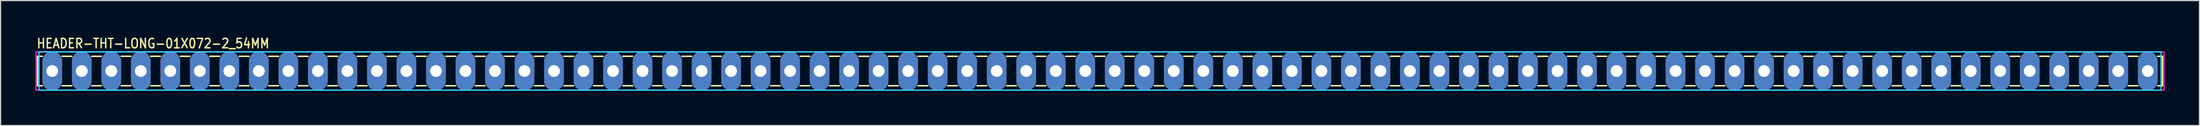
<source format=kicad_pcb>
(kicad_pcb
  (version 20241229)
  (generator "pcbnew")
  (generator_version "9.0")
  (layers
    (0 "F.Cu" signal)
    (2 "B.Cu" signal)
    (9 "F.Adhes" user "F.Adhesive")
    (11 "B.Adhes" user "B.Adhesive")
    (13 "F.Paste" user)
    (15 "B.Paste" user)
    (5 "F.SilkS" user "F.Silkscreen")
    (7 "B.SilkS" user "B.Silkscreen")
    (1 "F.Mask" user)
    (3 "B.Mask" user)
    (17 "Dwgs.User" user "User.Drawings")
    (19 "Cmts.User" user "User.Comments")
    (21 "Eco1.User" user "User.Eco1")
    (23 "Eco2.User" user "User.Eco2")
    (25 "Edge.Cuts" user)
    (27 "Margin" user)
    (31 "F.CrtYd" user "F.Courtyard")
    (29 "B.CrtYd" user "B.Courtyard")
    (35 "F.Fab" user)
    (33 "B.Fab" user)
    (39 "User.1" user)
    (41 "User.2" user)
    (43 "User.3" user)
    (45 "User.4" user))
  (footprint "HEADER-THT-LONG-01X072-2_54MM"
    (layer "F.Cu")
    (at 1.447 3.079)
    (property "Reference" "HEADER-THT-LONG-01X072-2_54MM" (at -1.4 -1.9 0) (unlocked yes) (layer "F.SilkS") (effects (font (size 0.813 0.695) (thickness 0.122)) (justify left bottom)))
    (fp_line (start -1.27 -1.27) (end -1.27 1.27) (stroke (width 0.127) (type solid)) (layer "F.SilkS"))
    (fp_line (start -1.27 1.27) (end -0.85 1.27) (stroke (width 0.127) (type solid)) (layer "F.SilkS"))
    (fp_line (start -0.85 -1.27) (end -1.27 -1.27) (stroke (width 0.127) (type solid)) (layer "F.SilkS"))
    (fp_line (start 0.85 -1.27) (end 1.69 -1.27) (stroke (width 0.127) (type solid)) (layer "F.SilkS"))
    (fp_line (start 0.85 1.27) (end 1.69 1.27) (stroke (width 0.127) (type solid)) (layer "F.SilkS"))
    (fp_line (start 3.39 -1.27) (end 4.23 -1.27) (stroke (width 0.127) (type solid)) (layer "F.SilkS"))
    (fp_line (start 3.39 1.27) (end 4.23 1.27) (stroke (width 0.127) (type solid)) (layer "F.SilkS"))
    (fp_line (start 5.93 -1.27) (end 6.77 -1.27) (stroke (width 0.127) (type solid)) (layer "F.SilkS"))
    (fp_line (start 5.93 1.27) (end 6.77 1.27) (stroke (width 0.127) (type solid)) (layer "F.SilkS"))
    (fp_line (start 8.47 -1.27) (end 9.31 -1.27) (stroke (width 0.127) (type solid)) (layer "F.SilkS"))
    (fp_line (start 8.47 1.27) (end 9.31 1.27) (stroke (width 0.127) (type solid)) (layer "F.SilkS"))
    (fp_line (start 11.01 -1.27) (end 11.85 -1.27) (stroke (width 0.127) (type solid)) (layer "F.SilkS"))
    (fp_line (start 11.01 1.27) (end 11.85 1.27) (stroke (width 0.127) (type solid)) (layer "F.SilkS"))
    (fp_line (start 13.55 -1.27) (end 14.39 -1.27) (stroke (width 0.127) (type solid)) (layer "F.SilkS"))
    (fp_line (start 13.55 1.27) (end 14.39 1.27) (stroke (width 0.127) (type solid)) (layer "F.SilkS"))
    (fp_line (start 16.09 -1.27) (end 16.93 -1.27) (stroke (width 0.127) (type solid)) (layer "F.SilkS"))
    (fp_line (start 16.09 1.27) (end 16.93 1.27) (stroke (width 0.127) (type solid)) (layer "F.SilkS"))
    (fp_line (start 18.63 -1.27) (end 19.47 -1.27) (stroke (width 0.127) (type solid)) (layer "F.SilkS"))
    (fp_line (start 18.63 1.27) (end 19.47 1.27) (stroke (width 0.127) (type solid)) (layer "F.SilkS"))
    (fp_line (start 21.17 -1.27) (end 22.01 -1.27) (stroke (width 0.127) (type solid)) (layer "F.SilkS"))
    (fp_line (start 21.17 1.27) (end 22.01 1.27) (stroke (width 0.127) (type solid)) (layer "F.SilkS"))
    (fp_line (start 23.71 -1.27) (end 24.55 -1.27) (stroke (width 0.127) (type solid)) (layer "F.SilkS"))
    (fp_line (start 23.71 1.27) (end 24.55 1.27) (stroke (width 0.127) (type solid)) (layer "F.SilkS"))
    (fp_line (start 26.25 -1.27) (end 27.09 -1.27) (stroke (width 0.127) (type solid)) (layer "F.SilkS"))
    (fp_line (start 26.25 1.27) (end 27.09 1.27) (stroke (width 0.127) (type solid)) (layer "F.SilkS"))
    (fp_line (start 28.79 -1.27) (end 29.63 -1.27) (stroke (width 0.127) (type solid)) (layer "F.SilkS"))
    (fp_line (start 28.79 1.27) (end 29.63 1.27) (stroke (width 0.127) (type solid)) (layer "F.SilkS"))
    (fp_line (start 31.33 -1.27) (end 32.17 -1.27) (stroke (width 0.127) (type solid)) (layer "F.SilkS"))
    (fp_line (start 31.33 1.27) (end 32.17 1.27) (stroke (width 0.127) (type solid)) (layer "F.SilkS"))
    (fp_line (start 33.87 -1.27) (end 34.71 -1.27) (stroke (width 0.127) (type solid)) (layer "F.SilkS"))
    (fp_line (start 33.87 1.27) (end 34.71 1.27) (stroke (width 0.127) (type solid)) (layer "F.SilkS"))
    (fp_line (start 36.41 -1.27) (end 37.25 -1.27) (stroke (width 0.127) (type solid)) (layer "F.SilkS"))
    (fp_line (start 36.41 1.27) (end 37.25 1.27) (stroke (width 0.127) (type solid)) (layer "F.SilkS"))
    (fp_line (start 38.95 -1.27) (end 39.79 -1.27) (stroke (width 0.127) (type solid)) (layer "F.SilkS"))
    (fp_line (start 38.95 1.27) (end 39.79 1.27) (stroke (width 0.127) (type solid)) (layer "F.SilkS"))
    (fp_line (start 41.49 -1.27) (end 42.33 -1.27) (stroke (width 0.127) (type solid)) (layer "F.SilkS"))
    (fp_line (start 41.49 1.27) (end 42.33 1.27) (stroke (width 0.127) (type solid)) (layer "F.SilkS"))
    (fp_line (start 44.03 -1.27) (end 44.87 -1.27) (stroke (width 0.127) (type solid)) (layer "F.SilkS"))
    (fp_line (start 44.03 1.27) (end 44.87 1.27) (stroke (width 0.127) (type solid)) (layer "F.SilkS"))
    (fp_line (start 46.57 -1.27) (end 47.41 -1.27) (stroke (width 0.127) (type solid)) (layer "F.SilkS"))
    (fp_line (start 46.57 1.27) (end 47.41 1.27) (stroke (width 0.127) (type solid)) (layer "F.SilkS"))
    (fp_line (start 49.11 -1.27) (end 49.95 -1.27) (stroke (width 0.127) (type solid)) (layer "F.SilkS"))
    (fp_line (start 49.11 1.27) (end 49.95 1.27) (stroke (width 0.127) (type solid)) (layer "F.SilkS"))
    (fp_line (start 51.65 -1.27) (end 52.49 -1.27) (stroke (width 0.127) (type solid)) (layer "F.SilkS"))
    (fp_line (start 51.65 1.27) (end 52.49 1.27) (stroke (width 0.127) (type solid)) (layer "F.SilkS"))
    (fp_line (start 54.19 -1.27) (end 55.03 -1.27) (stroke (width 0.127) (type solid)) (layer "F.SilkS"))
    (fp_line (start 54.19 1.27) (end 55.03 1.27) (stroke (width 0.127) (type solid)) (layer "F.SilkS"))
    (fp_line (start 56.73 -1.27) (end 57.57 -1.27) (stroke (width 0.127) (type solid)) (layer "F.SilkS"))
    (fp_line (start 56.73 1.27) (end 57.57 1.27) (stroke (width 0.127) (type solid)) (layer "F.SilkS"))
    (fp_line (start 59.27 -1.27) (end 60.11 -1.27) (stroke (width 0.127) (type solid)) (layer "F.SilkS"))
    (fp_line (start 59.27 1.27) (end 60.11 1.27) (stroke (width 0.127) (type solid)) (layer "F.SilkS"))
    (fp_line (start 61.81 -1.27) (end 62.65 -1.27) (stroke (width 0.127) (type solid)) (layer "F.SilkS"))
    (fp_line (start 61.81 1.27) (end 62.65 1.27) (stroke (width 0.127) (type solid)) (layer "F.SilkS"))
    (fp_line (start 64.35 -1.27) (end 65.19 -1.27) (stroke (width 0.127) (type solid)) (layer "F.SilkS"))
    (fp_line (start 64.35 1.27) (end 65.19 1.27) (stroke (width 0.127) (type solid)) (layer "F.SilkS"))
    (fp_line (start 66.89 -1.27) (end 67.73 -1.27) (stroke (width 0.127) (type solid)) (layer "F.SilkS"))
    (fp_line (start 66.89 1.27) (end 67.73 1.27) (stroke (width 0.127) (type solid)) (layer "F.SilkS"))
    (fp_line (start 69.43 -1.27) (end 70.27 -1.27) (stroke (width 0.127) (type solid)) (layer "F.SilkS"))
    (fp_line (start 69.43 1.27) (end 70.27 1.27) (stroke (width 0.127) (type solid)) (layer "F.SilkS"))
    (fp_line (start 71.97 -1.27) (end 72.81 -1.27) (stroke (width 0.127) (type solid)) (layer "F.SilkS"))
    (fp_line (start 71.97 1.27) (end 72.81 1.27) (stroke (width 0.127) (type solid)) (layer "F.SilkS"))
    (fp_line (start 74.51 -1.27) (end 75.35 -1.27) (stroke (width 0.127) (type solid)) (layer "F.SilkS"))
    (fp_line (start 74.51 1.27) (end 75.35 1.27) (stroke (width 0.127) (type solid)) (layer "F.SilkS"))
    (fp_line (start 77.05 -1.27) (end 77.89 -1.27) (stroke (width 0.127) (type solid)) (layer "F.SilkS"))
    (fp_line (start 77.05 1.27) (end 77.89 1.27) (stroke (width 0.127) (type solid)) (layer "F.SilkS"))
    (fp_line (start 79.59 -1.27) (end 80.43 -1.27) (stroke (width 0.127) (type solid)) (layer "F.SilkS"))
    (fp_line (start 79.59 1.27) (end 80.43 1.27) (stroke (width 0.127) (type solid)) (layer "F.SilkS"))
    (fp_line (start 82.13 -1.27) (end 82.97 -1.27) (stroke (width 0.127) (type solid)) (layer "F.SilkS"))
    (fp_line (start 82.13 1.27) (end 82.97 1.27) (stroke (width 0.127) (type solid)) (layer "F.SilkS"))
    (fp_line (start 84.67 -1.27) (end 85.51 -1.27) (stroke (width 0.127) (type solid)) (layer "F.SilkS"))
    (fp_line (start 84.67 1.27) (end 85.51 1.27) (stroke (width 0.127) (type solid)) (layer "F.SilkS"))
    (fp_line (start 87.21 -1.27) (end 88.05 -1.27) (stroke (width 0.127) (type solid)) (layer "F.SilkS"))
    (fp_line (start 87.21 1.27) (end 88.05 1.27) (stroke (width 0.127) (type solid)) (layer "F.SilkS"))
    (fp_line (start 89.75 -1.27) (end 90.59 -1.27) (stroke (width 0.127) (type solid)) (layer "F.SilkS"))
    (fp_line (start 89.75 1.27) (end 90.59 1.27) (stroke (width 0.127) (type solid)) (layer "F.SilkS"))
    (fp_line (start 92.29 -1.27) (end 93.13 -1.27) (stroke (width 0.127) (type solid)) (layer "F.SilkS"))
    (fp_line (start 92.29 1.27) (end 93.13 1.27) (stroke (width 0.127) (type solid)) (layer "F.SilkS"))
    (fp_line (start 94.83 -1.27) (end 95.67 -1.27) (stroke (width 0.127) (type solid)) (layer "F.SilkS"))
    (fp_line (start 94.83 1.27) (end 95.67 1.27) (stroke (width 0.127) (type solid)) (layer "F.SilkS"))
    (fp_line (start 97.37 -1.27) (end 98.21 -1.27) (stroke (width 0.127) (type solid)) (layer "F.SilkS"))
    (fp_line (start 97.37 1.27) (end 98.21 1.27) (stroke (width 0.127) (type solid)) (layer "F.SilkS"))
    (fp_line (start 99.91 -1.27) (end 100.75 -1.27) (stroke (width 0.127) (type solid)) (layer "F.SilkS"))
    (fp_line (start 99.91 1.27) (end 100.75 1.27) (stroke (width 0.127) (type solid)) (layer "F.SilkS"))
    (fp_line (start 102.45 -1.27) (end 103.29 -1.27) (stroke (width 0.127) (type solid)) (layer "F.SilkS"))
    (fp_line (start 102.45 1.27) (end 103.29 1.27) (stroke (width 0.127) (type solid)) (layer "F.SilkS"))
    (fp_line (start 104.99 -1.27) (end 105.83 -1.27) (stroke (width 0.127) (type solid)) (layer "F.SilkS"))
    (fp_line (start 104.99 1.27) (end 105.83 1.27) (stroke (width 0.127) (type solid)) (layer "F.SilkS"))
    (fp_line (start 107.53 -1.27) (end 108.37 -1.27) (stroke (width 0.127) (type solid)) (layer "F.SilkS"))
    (fp_line (start 107.53 1.27) (end 108.37 1.27) (stroke (width 0.127) (type solid)) (layer "F.SilkS"))
    (fp_line (start 110.07 -1.27) (end 110.91 -1.27) (stroke (width 0.127) (type solid)) (layer "F.SilkS"))
    (fp_line (start 110.07 1.27) (end 110.91 1.27) (stroke (width 0.127) (type solid)) (layer "F.SilkS"))
    (fp_line (start 112.61 -1.27) (end 113.45 -1.27) (stroke (width 0.127) (type solid)) (layer "F.SilkS"))
    (fp_line (start 112.61 1.27) (end 113.45 1.27) (stroke (width 0.127) (type solid)) (layer "F.SilkS"))
    (fp_line (start 115.15 -1.27) (end 115.99 -1.27) (stroke (width 0.127) (type solid)) (layer "F.SilkS"))
    (fp_line (start 115.15 1.27) (end 115.99 1.27) (stroke (width 0.127) (type solid)) (layer "F.SilkS"))
    (fp_line (start 117.69 -1.27) (end 118.53 -1.27) (stroke (width 0.127) (type solid)) (layer "F.SilkS"))
    (fp_line (start 117.69 1.27) (end 118.53 1.27) (stroke (width 0.127) (type solid)) (layer "F.SilkS"))
    (fp_line (start 120.23 -1.27) (end 121.07 -1.27) (stroke (width 0.127) (type solid)) (layer "F.SilkS"))
    (fp_line (start 120.23 1.27) (end 121.07 1.27) (stroke (width 0.127) (type solid)) (layer "F.SilkS"))
    (fp_line (start 122.77 -1.27) (end 123.61 -1.27) (stroke (width 0.127) (type solid)) (layer "F.SilkS"))
    (fp_line (start 122.77 1.27) (end 123.61 1.27) (stroke (width 0.127) (type solid)) (layer "F.SilkS"))
    (fp_line (start 125.31 -1.27) (end 126.15 -1.27) (stroke (width 0.127) (type solid)) (layer "F.SilkS"))
    (fp_line (start 125.31 1.27) (end 126.15 1.27) (stroke (width 0.127) (type solid)) (layer "F.SilkS"))
    (fp_line (start 127.85 -1.27) (end 128.69 -1.27) (stroke (width 0.127) (type solid)) (layer "F.SilkS"))
    (fp_line (start 127.85 1.27) (end 128.69 1.27) (stroke (width 0.127) (type solid)) (layer "F.SilkS"))
    (fp_line (start 130.39 -1.27) (end 131.23 -1.27) (stroke (width 0.127) (type solid)) (layer "F.SilkS"))
    (fp_line (start 130.39 1.27) (end 131.23 1.27) (stroke (width 0.127) (type solid)) (layer "F.SilkS"))
    (fp_line (start 132.93 -1.27) (end 133.77 -1.27) (stroke (width 0.127) (type solid)) (layer "F.SilkS"))
    (fp_line (start 132.93 1.27) (end 133.77 1.27) (stroke (width 0.127) (type solid)) (layer "F.SilkS"))
    (fp_line (start 135.47 -1.27) (end 136.31 -1.27) (stroke (width 0.127) (type solid)) (layer "F.SilkS"))
    (fp_line (start 135.47 1.27) (end 136.31 1.27) (stroke (width 0.127) (type solid)) (layer "F.SilkS"))
    (fp_line (start 138.01 -1.27) (end 138.85 -1.27) (stroke (width 0.127) (type solid)) (layer "F.SilkS"))
    (fp_line (start 138.01 1.27) (end 138.85 1.27) (stroke (width 0.127) (type solid)) (layer "F.SilkS"))
    (fp_line (start 140.55 -1.27) (end 141.39 -1.27) (stroke (width 0.127) (type solid)) (layer "F.SilkS"))
    (fp_line (start 140.55 1.27) (end 141.39 1.27) (stroke (width 0.127) (type solid)) (layer "F.SilkS"))
    (fp_line (start 143.09 -1.27) (end 143.93 -1.27) (stroke (width 0.127) (type solid)) (layer "F.SilkS"))
    (fp_line (start 143.09 1.27) (end 143.93 1.27) (stroke (width 0.127) (type solid)) (layer "F.SilkS"))
    (fp_line (start 145.63 -1.27) (end 146.47 -1.27) (stroke (width 0.127) (type solid)) (layer "F.SilkS"))
    (fp_line (start 145.63 1.27) (end 146.47 1.27) (stroke (width 0.127) (type solid)) (layer "F.SilkS"))
    (fp_line (start 148.17 -1.27) (end 149.01 -1.27) (stroke (width 0.127) (type solid)) (layer "F.SilkS"))
    (fp_line (start 148.17 1.27) (end 149.01 1.27) (stroke (width 0.127) (type solid)) (layer "F.SilkS"))
    (fp_line (start 150.71 -1.27) (end 151.55 -1.27) (stroke (width 0.127) (type solid)) (layer "F.SilkS"))
    (fp_line (start 150.71 1.27) (end 151.55 1.27) (stroke (width 0.127) (type solid)) (layer "F.SilkS"))
    (fp_line (start 153.25 -1.27) (end 154.09 -1.27) (stroke (width 0.127) (type solid)) (layer "F.SilkS"))
    (fp_line (start 153.25 1.27) (end 154.09 1.27) (stroke (width 0.127) (type solid)) (layer "F.SilkS"))
    (fp_line (start 155.79 -1.27) (end 156.63 -1.27) (stroke (width 0.127) (type solid)) (layer "F.SilkS"))
    (fp_line (start 155.79 1.27) (end 156.63 1.27) (stroke (width 0.127) (type solid)) (layer "F.SilkS"))
    (fp_line (start 158.33 -1.27) (end 159.17 -1.27) (stroke (width 0.127) (type solid)) (layer "F.SilkS"))
    (fp_line (start 158.33 1.27) (end 159.17 1.27) (stroke (width 0.127) (type solid)) (layer "F.SilkS"))
    (fp_line (start 160.87 -1.27) (end 161.71 -1.27) (stroke (width 0.127) (type solid)) (layer "F.SilkS"))
    (fp_line (start 160.87 1.27) (end 161.71 1.27) (stroke (width 0.127) (type solid)) (layer "F.SilkS"))
    (fp_line (start 163.41 -1.27) (end 164.25 -1.27) (stroke (width 0.127) (type solid)) (layer "F.SilkS"))
    (fp_line (start 163.41 1.27) (end 164.25 1.27) (stroke (width 0.127) (type solid)) (layer "F.SilkS"))
    (fp_line (start 165.95 -1.27) (end 166.79 -1.27) (stroke (width 0.127) (type solid)) (layer "F.SilkS"))
    (fp_line (start 165.95 1.27) (end 166.79 1.27) (stroke (width 0.127) (type solid)) (layer "F.SilkS"))
    (fp_line (start 168.49 -1.27) (end 169.33 -1.27) (stroke (width 0.127) (type solid)) (layer "F.SilkS"))
    (fp_line (start 168.49 1.27) (end 169.33 1.27) (stroke (width 0.127) (type solid)) (layer "F.SilkS"))
    (fp_line (start 171.03 -1.27) (end 171.87 -1.27) (stroke (width 0.127) (type solid)) (layer "F.SilkS"))
    (fp_line (start 171.03 1.27) (end 171.87 1.27) (stroke (width 0.127) (type solid)) (layer "F.SilkS"))
    (fp_line (start 173.57 -1.27) (end 174.41 -1.27) (stroke (width 0.127) (type solid)) (layer "F.SilkS"))
    (fp_line (start 173.57 1.27) (end 174.41 1.27) (stroke (width 0.127) (type solid)) (layer "F.SilkS"))
    (fp_line (start 176.11 -1.27) (end 176.95 -1.27) (stroke (width 0.127) (type solid)) (layer "F.SilkS"))
    (fp_line (start 176.11 1.27) (end 176.95 1.27) (stroke (width 0.127) (type solid)) (layer "F.SilkS"))
    (fp_line (start 178.65 -1.27) (end 179.49 -1.27) (stroke (width 0.127) (type solid)) (layer "F.SilkS"))
    (fp_line (start 178.65 1.27) (end 179.49 1.27) (stroke (width 0.127) (type solid)) (layer "F.SilkS"))
    (fp_line (start 181.19 -1.27) (end 181.61 -1.27) (stroke (width 0.127) (type solid)) (layer "F.SilkS"))
    (fp_line (start 181.61 -1.27) (end 181.61 1.27) (stroke (width 0.127) (type solid)) (layer "F.SilkS"))
    (fp_line (start 181.61 1.27) (end 181.19 1.27) (stroke (width 0.127) (type solid)) (layer "F.SilkS"))
    (fp_poly (pts (xy -1.143 -1.651) (xy 181.483 -1.651) (xy 181.483 1.651) (xy -1.143 1.651)) (stroke (width 0.1) (type solid)) (fill no) (layer "B.CrtYd"))
    (fp_poly (pts (xy -1.397 -1.651) (xy 181.737 -1.651) (xy 181.737 1.651) (xy -1.397 1.651)) (stroke (width 0.1) (type solid)) (fill no) (layer "F.CrtYd"))
    (pad "1" thru_hole oval (at 0 0 90) (size 3.387 1.693) (drill 1.016) (layers "*.Cu" "*.Mask"))
    (pad "2" thru_hole oval (at 2.54 0 90) (size 3.387 1.693) (drill 1.016) (layers "*.Cu" "*.Mask"))
    (pad "3" thru_hole oval (at 5.08 0 90) (size 3.387 1.693) (drill 1.016) (layers "*.Cu" "*.Mask"))
    (pad "4" thru_hole oval (at 7.62 0 90) (size 3.387 1.693) (drill 1.016) (layers "*.Cu" "*.Mask"))
    (pad "5" thru_hole oval (at 10.16 0 90) (size 3.387 1.693) (drill 1.016) (layers "*.Cu" "*.Mask"))
    (pad "6" thru_hole oval (at 12.7 0 90) (size 3.387 1.693) (drill 1.016) (layers "*.Cu" "*.Mask"))
    (pad "7" thru_hole oval (at 15.24 0 90) (size 3.387 1.693) (drill 1.016) (layers "*.Cu" "*.Mask"))
    (pad "8" thru_hole oval (at 17.78 0 90) (size 3.387 1.693) (drill 1.016) (layers "*.Cu" "*.Mask"))
    (pad "9" thru_hole oval (at 20.32 0 90) (size 3.387 1.693) (drill 1.016) (layers "*.Cu" "*.Mask"))
    (pad "10" thru_hole oval (at 22.86 0 90) (size 3.387 1.693) (drill 1.016) (layers "*.Cu" "*.Mask"))
    (pad "11" thru_hole oval (at 25.4 0 90) (size 3.387 1.693) (drill 1.016) (layers "*.Cu" "*.Mask"))
    (pad "12" thru_hole oval (at 27.94 0 90) (size 3.387 1.693) (drill 1.016) (layers "*.Cu" "*.Mask"))
    (pad "13" thru_hole oval (at 30.48 0 90) (size 3.387 1.693) (drill 1.016) (layers "*.Cu" "*.Mask"))
    (pad "14" thru_hole oval (at 33.02 0 90) (size 3.387 1.693) (drill 1.016) (layers "*.Cu" "*.Mask"))
    (pad "15" thru_hole oval (at 35.56 0 90) (size 3.387 1.693) (drill 1.016) (layers "*.Cu" "*.Mask"))
    (pad "16" thru_hole oval (at 38.1 0 90) (size 3.387 1.693) (drill 1.016) (layers "*.Cu" "*.Mask"))
    (pad "17" thru_hole oval (at 40.64 0 90) (size 3.387 1.693) (drill 1.016) (layers "*.Cu" "*.Mask"))
    (pad "18" thru_hole oval (at 43.18 0 90) (size 3.387 1.693) (drill 1.016) (layers "*.Cu" "*.Mask"))
    (pad "19" thru_hole oval (at 45.72 0 90) (size 3.387 1.693) (drill 1.016) (layers "*.Cu" "*.Mask"))
    (pad "20" thru_hole oval (at 48.26 0 90) (size 3.387 1.693) (drill 1.016) (layers "*.Cu" "*.Mask"))
    (pad "21" thru_hole oval (at 50.8 0 90) (size 3.387 1.693) (drill 1.016) (layers "*.Cu" "*.Mask"))
    (pad "22" thru_hole oval (at 53.34 0 90) (size 3.387 1.693) (drill 1.016) (layers "*.Cu" "*.Mask"))
    (pad "23" thru_hole oval (at 55.88 0 90) (size 3.387 1.693) (drill 1.016) (layers "*.Cu" "*.Mask"))
    (pad "24" thru_hole oval (at 58.42 0 90) (size 3.387 1.693) (drill 1.016) (layers "*.Cu" "*.Mask"))
    (pad "25" thru_hole oval (at 60.96 0 90) (size 3.387 1.693) (drill 1.016) (layers "*.Cu" "*.Mask"))
    (pad "26" thru_hole oval (at 63.5 0 90) (size 3.387 1.693) (drill 1.016) (layers "*.Cu" "*.Mask"))
    (pad "27" thru_hole oval (at 66.04 0 90) (size 3.387 1.693) (drill 1.016) (layers "*.Cu" "*.Mask"))
    (pad "28" thru_hole oval (at 68.58 0 90) (size 3.387 1.693) (drill 1.016) (layers "*.Cu" "*.Mask"))
    (pad "29" thru_hole oval (at 71.12 0 90) (size 3.387 1.693) (drill 1.016) (layers "*.Cu" "*.Mask"))
    (pad "30" thru_hole oval (at 73.66 0 90) (size 3.387 1.693) (drill 1.016) (layers "*.Cu" "*.Mask"))
    (pad "31" thru_hole oval (at 76.2 0 90) (size 3.387 1.693) (drill 1.016) (layers "*.Cu" "*.Mask"))
    (pad "32" thru_hole oval (at 78.74 0 90) (size 3.387 1.693) (drill 1.016) (layers "*.Cu" "*.Mask"))
    (pad "33" thru_hole oval (at 81.28 0 90) (size 3.387 1.693) (drill 1.016) (layers "*.Cu" "*.Mask"))
    (pad "34" thru_hole oval (at 83.82 0 90) (size 3.387 1.693) (drill 1.016) (layers "*.Cu" "*.Mask"))
    (pad "35" thru_hole oval (at 86.36 0 90) (size 3.387 1.693) (drill 1.016) (layers "*.Cu" "*.Mask"))
    (pad "36" thru_hole oval (at 88.9 0 90) (size 3.387 1.693) (drill 1.016) (layers "*.Cu" "*.Mask"))
    (pad "37" thru_hole oval (at 91.44 0 90) (size 3.387 1.693) (drill 1.016) (layers "*.Cu" "*.Mask"))
    (pad "38" thru_hole oval (at 93.98 0 90) (size 3.387 1.693) (drill 1.016) (layers "*.Cu" "*.Mask"))
    (pad "39" thru_hole oval (at 96.52 0 90) (size 3.387 1.693) (drill 1.016) (layers "*.Cu" "*.Mask"))
    (pad "40" thru_hole oval (at 99.06 0 90) (size 3.387 1.693) (drill 1.016) (layers "*.Cu" "*.Mask"))
    (pad "41" thru_hole oval (at 101.6 0 90) (size 3.387 1.693) (drill 1.016) (layers "*.Cu" "*.Mask"))
    (pad "42" thru_hole oval (at 104.14 0 90) (size 3.387 1.693) (drill 1.016) (layers "*.Cu" "*.Mask"))
    (pad "43" thru_hole oval (at 106.68 0 90) (size 3.387 1.693) (drill 1.016) (layers "*.Cu" "*.Mask"))
    (pad "44" thru_hole oval (at 109.22 0 90) (size 3.387 1.693) (drill 1.016) (layers "*.Cu" "*.Mask"))
    (pad "45" thru_hole oval (at 111.76 0 90) (size 3.387 1.693) (drill 1.016) (layers "*.Cu" "*.Mask"))
    (pad "46" thru_hole oval (at 114.3 0 90) (size 3.387 1.693) (drill 1.016) (layers "*.Cu" "*.Mask"))
    (pad "47" thru_hole oval (at 116.84 0 90) (size 3.387 1.693) (drill 1.016) (layers "*.Cu" "*.Mask"))
    (pad "48" thru_hole oval (at 119.38 0 90) (size 3.387 1.693) (drill 1.016) (layers "*.Cu" "*.Mask"))
    (pad "49" thru_hole oval (at 121.92 0 90) (size 3.387 1.693) (drill 1.016) (layers "*.Cu" "*.Mask"))
    (pad "50" thru_hole oval (at 124.46 0 90) (size 3.387 1.693) (drill 1.016) (layers "*.Cu" "*.Mask"))
    (pad "51" thru_hole oval (at 127 0 90) (size 3.387 1.693) (drill 1.016) (layers "*.Cu" "*.Mask"))
    (pad "52" thru_hole oval (at 129.54 0 90) (size 3.387 1.693) (drill 1.016) (layers "*.Cu" "*.Mask"))
    (pad "53" thru_hole oval (at 132.08 0 90) (size 3.387 1.693) (drill 1.016) (layers "*.Cu" "*.Mask"))
    (pad "54" thru_hole oval (at 134.62 0 90) (size 3.387 1.693) (drill 1.016) (layers "*.Cu" "*.Mask"))
    (pad "55" thru_hole oval (at 137.16 0 90) (size 3.387 1.693) (drill 1.016) (layers "*.Cu" "*.Mask"))
    (pad "56" thru_hole oval (at 139.7 0 90) (size 3.387 1.693) (drill 1.016) (layers "*.Cu" "*.Mask"))
    (pad "57" thru_hole oval (at 142.24 0 90) (size 3.387 1.693) (drill 1.016) (layers "*.Cu" "*.Mask"))
    (pad "58" thru_hole oval (at 144.78 0 90) (size 3.387 1.693) (drill 1.016) (layers "*.Cu" "*.Mask"))
    (pad "59" thru_hole oval (at 147.32 0 90) (size 3.387 1.693) (drill 1.016) (layers "*.Cu" "*.Mask"))
    (pad "60" thru_hole oval (at 149.86 0 90) (size 3.387 1.693) (drill 1.016) (layers "*.Cu" "*.Mask"))
    (pad "61" thru_hole oval (at 152.4 0 90) (size 3.387 1.693) (drill 1.016) (layers "*.Cu" "*.Mask"))
    (pad "62" thru_hole oval (at 154.94 0 90) (size 3.387 1.693) (drill 1.016) (layers "*.Cu" "*.Mask"))
    (pad "63" thru_hole oval (at 157.48 0 90) (size 3.387 1.693) (drill 1.016) (layers "*.Cu" "*.Mask"))
    (pad "64" thru_hole oval (at 160.02 0 90) (size 3.387 1.693) (drill 1.016) (layers "*.Cu" "*.Mask"))
    (pad "65" thru_hole oval (at 162.56 0 90) (size 3.387 1.693) (drill 1.016) (layers "*.Cu" "*.Mask"))
    (pad "66" thru_hole oval (at 165.1 0 90) (size 3.387 1.693) (drill 1.016) (layers "*.Cu" "*.Mask"))
    (pad "67" thru_hole oval (at 167.64 0 90) (size 3.387 1.693) (drill 1.016) (layers "*.Cu" "*.Mask"))
    (pad "68" thru_hole oval (at 170.18 0 90) (size 3.387 1.693) (drill 1.016) (layers "*.Cu" "*.Mask"))
    (pad "69" thru_hole oval (at 172.72 0 90) (size 3.387 1.693) (drill 1.016) (layers "*.Cu" "*.Mask"))
    (pad "70" thru_hole oval (at 175.26 0 90) (size 3.387 1.693) (drill 1.016) (layers "*.Cu" "*.Mask"))
    (pad "71" thru_hole oval (at 177.8 0 90) (size 3.387 1.693) (drill 1.016) (layers "*.Cu" "*.Mask"))
    (pad "72" thru_hole oval (at 180.34 0 90) (size 3.387 1.693) (drill 1.016) (layers "*.Cu" "*.Mask")))
  (gr_rect
    (start -3 -3)
    (end 186.234 7.78)
    (stroke (width 0.1) (type default))
    (fill no)
    (layer "Edge.Cuts")))
</source>
